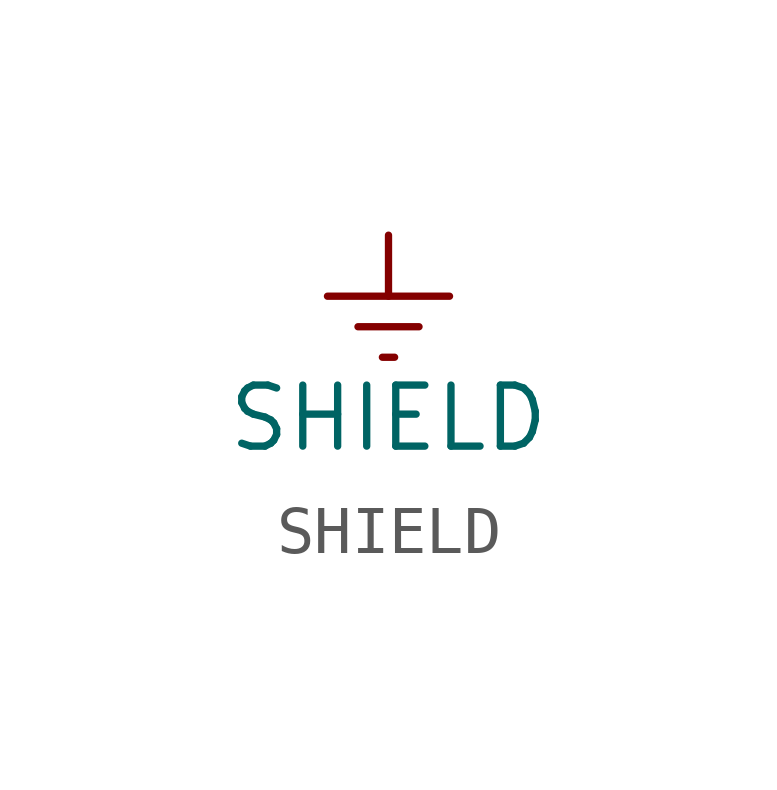
<source format=kicad_sym>
(kicad_symbol_lib
  (version 20220914)
  (generator kicad_symbol_editor)
  (symbol "SHIELD"
    (power)
    (pin_names
      (offset 0))
    (property "Reference" "#PWR"
      (at 0 -6.35 0)
      (effects (font (size 1.27 1.27)) hide))
    (property "Value" "SHIELD"
      (at 0 -3.81 0)
      (effects (font (size 1.27 1.27))))
    (symbol "SHIELD_1_1"
      (polyline (pts (xy -0.635 -1.905) (xy 0.635 -1.905)) (stroke (width 0) (type solid)) (fill (type none)))
      (polyline (pts (xy -0.127 -2.54) (xy 0.127 -2.54)) (stroke (width 0) (type solid)) (fill (type none)))
      (polyline (pts (xy 0 -1.27) (xy 0 0)) (stroke (width 0) (type solid)) (fill (type none)))
      (polyline (pts (xy 1.27 -1.27) (xy -1.27 -1.27)) (stroke (width 0) (type solid)) (fill (type none)))
      (pin power_in line (at 0 0 270) (length 0) hide (name "SHIELD" (effects (font (size 1.27 1.27)))) (number "1" (effects (font (size 1.27 1.27))))))))
</source>
